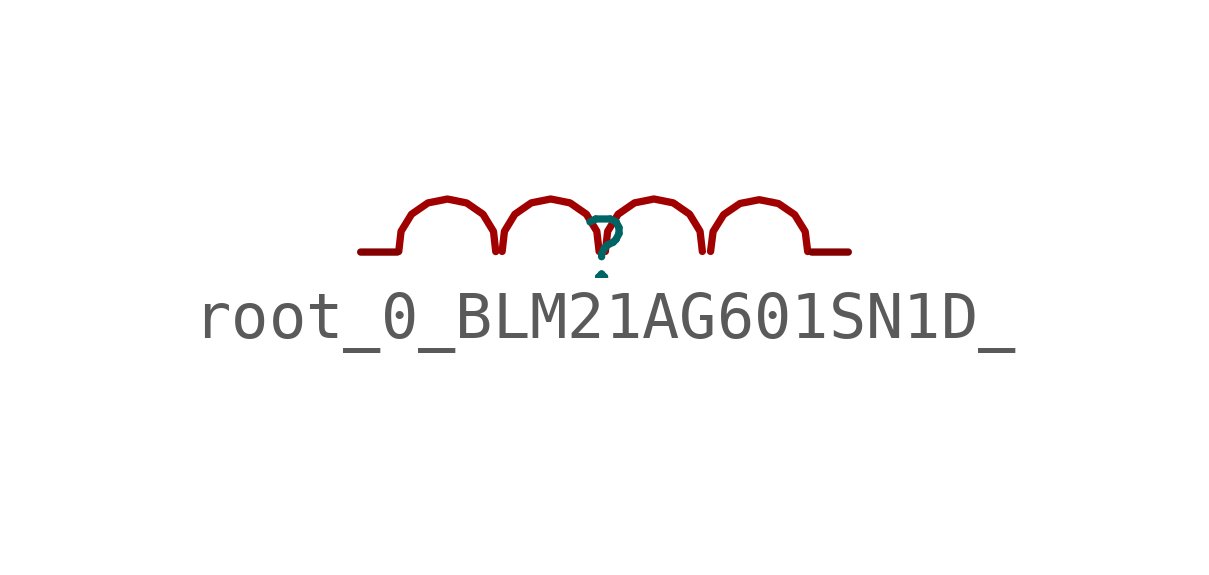
<source format=kicad_sym>
(kicad_symbol_lib
  (version 20241209)
  (generator "kicad_symbol_editor")
  (generator_version "9.0")
  (symbol "root_0_BLM21AG601SN1D_"
    (pin_numbers
      (hide yes))
    (pin_names
      (hide yes))
    (property "Reference" ""
      (at 0 0 0)
      (effects (font (size 1.27 1.27))))
    (property "Value" ""
      (at 0 0 0)
      (effects (font (size 1.27 1.27))))
    (symbol "root_0_BLM21AG601SN1D__1_0"
      (polyline (pts (xy -4.287 0.015) (xy -4.239 0.433) (xy -4.239 0.433) (xy -4.02 0.79) (xy -4.02 0.79) (xy -3.679 1.025) (xy -3.679 1.025) (xy -3.275 1.106) (xy -3.275 1.106) (xy -2.872 1.024) (xy -2.872 1.024) (xy -2.531 0.788) (xy -2.531 0.788) (xy -2.313 0.43) (xy -2.313 0.43) (xy -2.266 0.012)) (stroke (width 0) (type solid) (color 160 0 0 1)) (fill (type none)))
      (polyline (pts (xy -2.133 0.015) (xy -2.085 0.433) (xy -2.085 0.433) (xy -1.867 0.79) (xy -1.867 0.79) (xy -1.526 1.026) (xy -1.526 1.026) (xy -1.123 1.107) (xy -1.123 1.107) (xy -0.719 1.026) (xy -0.719 1.026) (xy -0.378 0.79) (xy -0.378 0.79) (xy -0.16 0.433) (xy -0.16 0.433) (xy -0.112 0.015)) (stroke (width 0) (type solid) (color 160 0 0 1)) (fill (type none)))
      (polyline (pts (xy 0.018 0.015) (xy 0.066 0.433) (xy 0.066 0.433) (xy 0.284 0.79) (xy 0.284 0.79) (xy 0.625 1.026) (xy 0.625 1.026) (xy 1.029 1.107) (xy 1.029 1.107) (xy 1.432 1.026) (xy 1.432 1.026) (xy 1.773 0.79) (xy 1.773 0.79) (xy 1.991 0.433) (xy 1.991 0.433) (xy 2.039 0.015)) (stroke (width 0) (type solid) (color 160 0 0 1)) (fill (type none)))
      (polyline (pts (xy 2.21 0.015) (xy 2.263 0.429) (xy 2.263 0.429) (xy 2.483 0.781) (xy 2.483 0.781) (xy 2.823 1.013) (xy 2.823 1.013) (xy 3.223 1.092) (xy 3.223 1.092) (xy 3.624 1.012) (xy 3.624 1.012) (xy 3.963 0.78) (xy 3.963 0.78) (xy 4.182 0.427) (xy 4.182 0.427) (xy 4.234 0.013)) (stroke (width 0) (type solid) (color 160 0 0 1)) (fill (type none)))
      (pin passive line (at -5.08 0.001 0) (length 0.762) (name "1" (effects (font (size 1.27 1.27)))) (number "1" (effects (font (size 1.27 1.27)))))
      (pin passive line (at 5.08 0.001 180) (length 0.762) (name "2" (effects (font (size 1.27 1.27)))) (number "2" (effects (font (size 1.27 1.27))))))))
</source>
